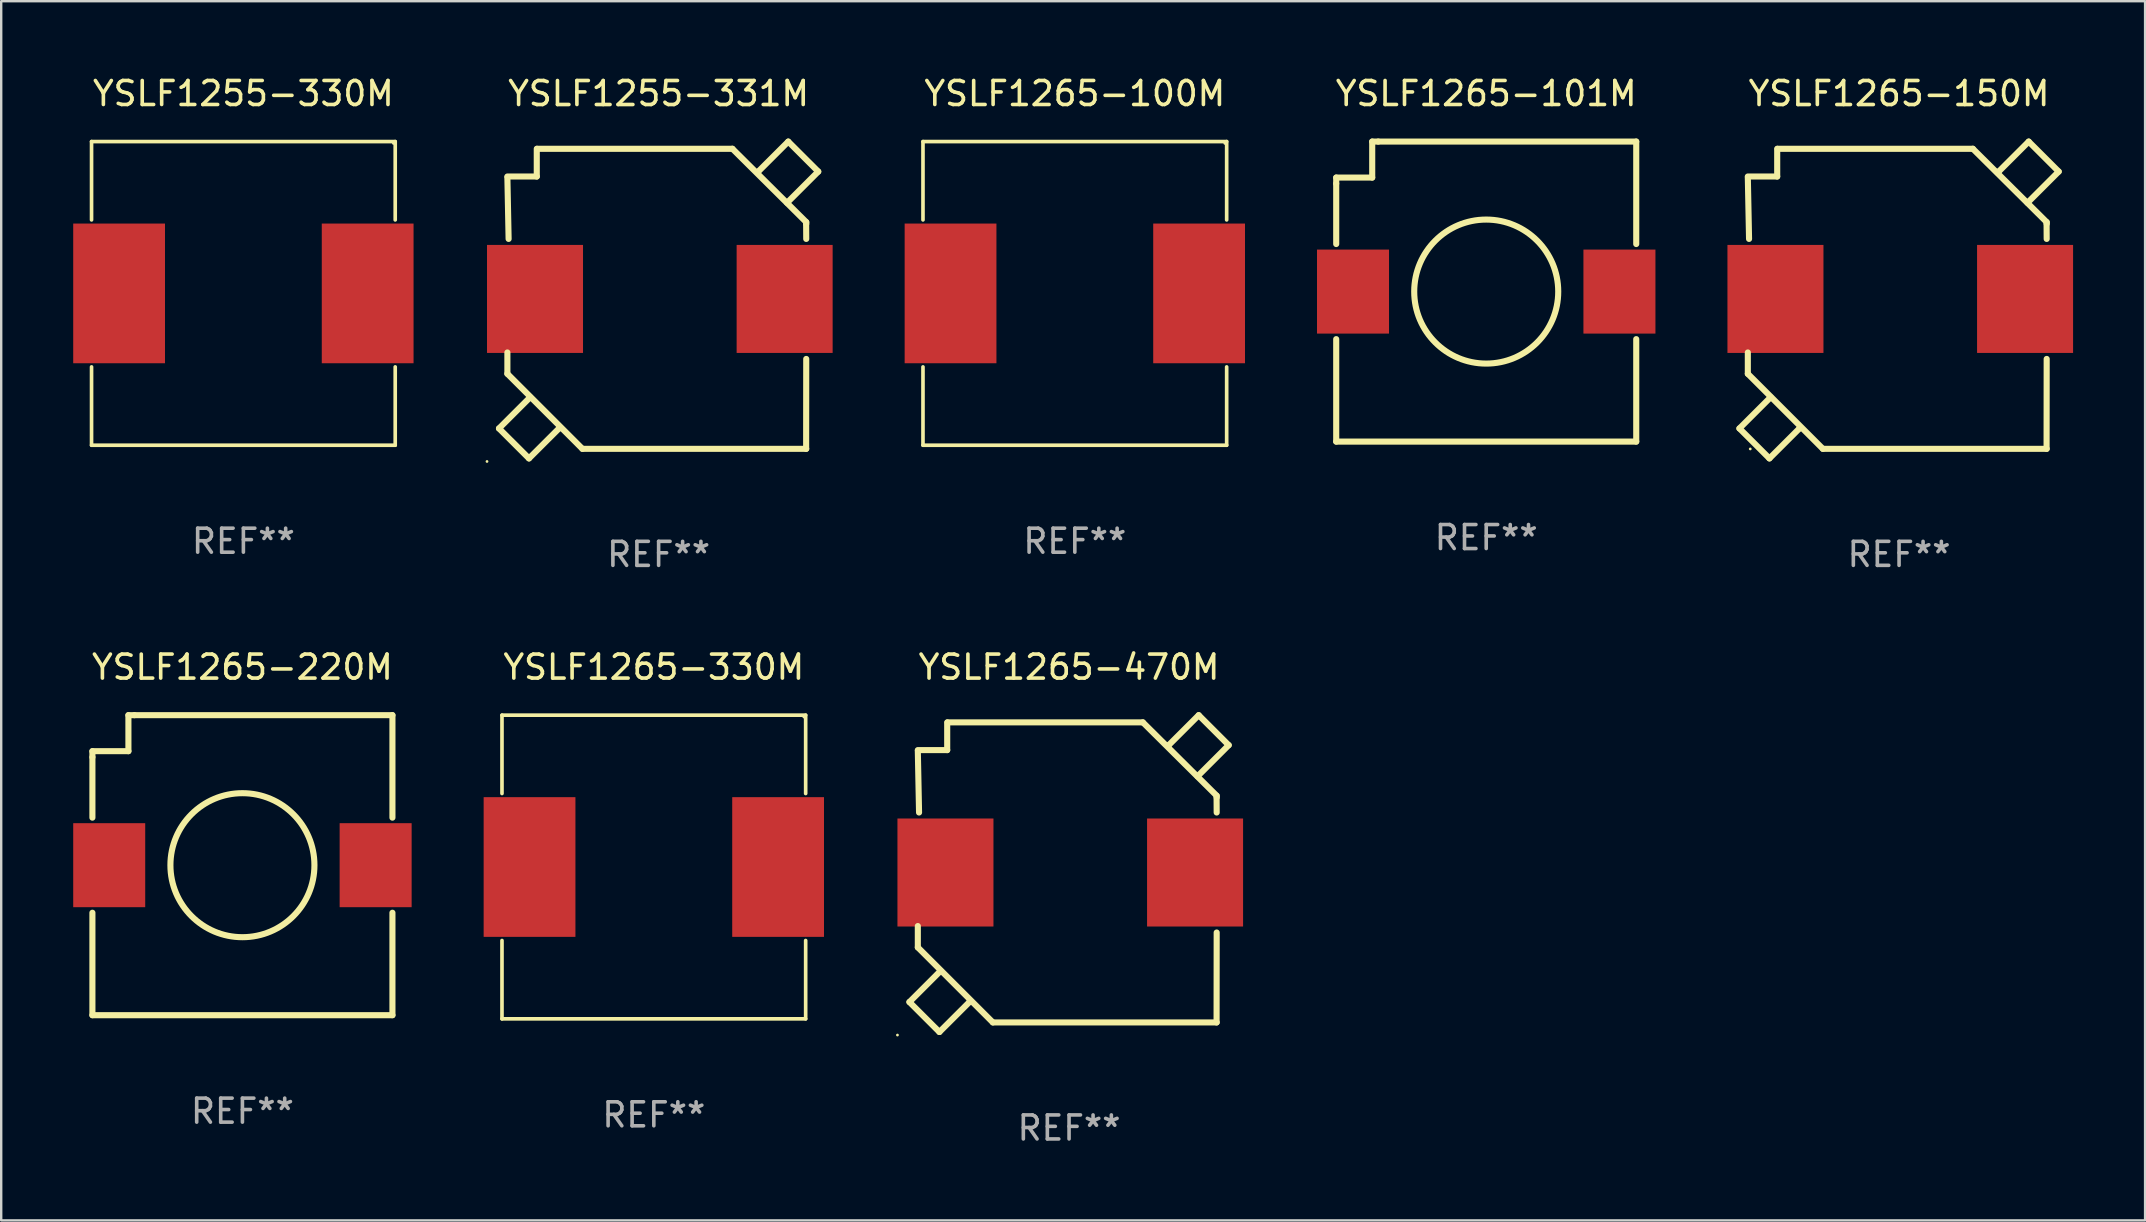
<source format=kicad_pcb>
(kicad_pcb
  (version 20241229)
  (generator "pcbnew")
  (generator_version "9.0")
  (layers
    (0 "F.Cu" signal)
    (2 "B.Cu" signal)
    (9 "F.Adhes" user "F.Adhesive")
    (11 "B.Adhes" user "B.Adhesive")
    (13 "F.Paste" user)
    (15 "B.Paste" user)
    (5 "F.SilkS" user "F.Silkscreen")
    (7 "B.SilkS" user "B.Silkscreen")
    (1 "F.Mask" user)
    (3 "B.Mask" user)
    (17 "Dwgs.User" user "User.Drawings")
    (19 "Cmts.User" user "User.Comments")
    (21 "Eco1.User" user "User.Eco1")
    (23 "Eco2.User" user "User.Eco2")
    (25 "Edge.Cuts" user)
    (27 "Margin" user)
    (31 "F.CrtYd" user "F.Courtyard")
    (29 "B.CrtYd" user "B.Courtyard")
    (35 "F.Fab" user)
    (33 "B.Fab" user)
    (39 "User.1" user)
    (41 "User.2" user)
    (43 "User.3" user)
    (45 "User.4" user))
  (footprint "YSLF1265-150M"
    (layer "F.Cu")
    (at 76.07 9.449)
    (property "Reference" "YSLF1265-150M" (at 0 -8.6 0) (layer "F.SilkS") (effects (font (size 1 1) (thickness 0.15))))
    (attr through_hole)
    (fp_line (start -6.651 5.351) (end -5.401 6.6) (stroke (width 0.254) (type solid)) (layer "F.SilkS"))
    (fp_line (start -6.301 2.186) (end -6.301 3.074) (stroke (width 0.254) (type solid)) (layer "F.SilkS"))
    (fp_line (start -6.301 3.074) (end -3.174 6.201) (stroke (width 0.254) (type solid)) (layer "F.SilkS"))
    (fp_line (start -6.25 -2.545) (end -6.301 -5.108) (stroke (width 0.254) (type solid)) (layer "F.SilkS"))
    (fp_line (start -5.401 6.6) (end -4.151 5.351) (stroke (width 0.254) (type solid)) (layer "F.SilkS"))
    (fp_line (start -5.35 4.05) (end -6.651 5.351) (stroke (width 0.254) (type solid)) (layer "F.SilkS"))
    (fp_line (start -5.077 -6.3) (end -5.077 -5.145) (stroke (width 0.254) (type solid)) (layer "F.SilkS"))
    (fp_line (start -5.077 -5.145) (end -6.301 -5.145) (stroke (width 0.254) (type solid)) (layer "F.SilkS"))
    (fp_line (start -4.151 5.351) (end -4.15 5.35) (stroke (width 0.254) (type solid)) (layer "F.SilkS"))
    (fp_line (start -3.174 6.201) (end 6.15 6.201) (stroke (width 0.254) (type solid)) (layer "F.SilkS"))
    (fp_line (start 3.074 -6.301) (end 6.15 -3.245) (stroke (width 0.254) (type solid)) (layer "F.SilkS"))
    (fp_line (start 3.075 -6.3) (end -5.058 -6.3) (stroke (width 0.254) (type solid)) (layer "F.SilkS"))
    (fp_line (start 4.151 -5.351) (end 4.15 -5.35) (stroke (width 0.254) (type solid)) (layer "F.SilkS"))
    (fp_line (start 5.35 -4.05) (end 6.651 -5.351) (stroke (width 0.254) (type solid)) (layer "F.SilkS"))
    (fp_line (start 5.401 -6.6) (end 4.151 -5.351) (stroke (width 0.254) (type solid)) (layer "F.SilkS"))
    (fp_line (start 6.146 6.201) (end 6.15 2.455) (stroke (width 0.254) (type solid)) (layer "F.SilkS"))
    (fp_line (start 6.15 -3.245) (end 6.15 -3.174) (stroke (width 0.254) (type solid)) (layer "F.SilkS"))
    (fp_line (start 6.15 -2.545) (end 6.146 -3.174) (stroke (width 0.254) (type solid)) (layer "F.SilkS"))
    (fp_line (start 6.651 -5.351) (end 5.401 -6.6) (stroke (width 0.254) (type solid)) (layer "F.SilkS"))
    (fp_circle (center -6.2 6.205) (end -6.17 6.205) (stroke (width 0.06) (type solid)) (fill no) (layer "F.SilkS"))
    (fp_text user "REF**" (at 0 10.6 0) (layer "F.Fab") (effects (font (size 1 1) (thickness 0.15))))
    (pad "1" smd rect (at -5.15 -0.045) (size 4 4.5) (layers "F.Cu" "F.Mask" "F.Paste"))
    (pad "2" smd rect (at 5.25 -0.045) (size 4 4.5) (layers "F.Cu" "F.Mask" "F.Paste")))
  (footprint "YSLF1265-101M"
    (layer "F.Cu")
    (at 58.87 9.098)
    (property "Reference" "YSLF1265-101M" (at 0 -8.25 0) (layer "F.SilkS") (effects (font (size 1 1) (thickness 0.15))))
    (attr through_hole)
    (fp_line (start -6.25 -4.75) (end -4.75 -4.75) (stroke (width 0.254) (type solid)) (layer "F.SilkS"))
    (fp_line (start -6.25 -4.5) (end -6.25 -4.75) (stroke (width 0.254) (type solid)) (layer "F.SilkS"))
    (fp_line (start -6.25 -4.5) (end -6.25 -1.981) (stroke (width 0.254) (type solid)) (layer "F.SilkS"))
    (fp_line (start -6.25 6.25) (end -6.25 1.981) (stroke (width 0.254) (type solid)) (layer "F.SilkS"))
    (fp_line (start -6.25 6.25) (end 6.25 6.25) (stroke (width 0.254) (type solid)) (layer "F.SilkS"))
    (fp_line (start -4.75 -6.25) (end -4.5 -6.25) (stroke (width 0.254) (type solid)) (layer "F.SilkS"))
    (fp_line (start -4.75 -4.75) (end -4.75 -6.25) (stroke (width 0.254) (type solid)) (layer "F.SilkS"))
    (fp_line (start -4.5 -6.25) (end 6.25 -6.25) (stroke (width 0.254) (type solid)) (layer "F.SilkS"))
    (fp_line (start 6.25 -6.25) (end 6.25 -1.981) (stroke (width 0.254) (type solid)) (layer "F.SilkS"))
    (fp_line (start 6.25 1.981) (end 6.25 6.25) (stroke (width 0.254) (type solid)) (layer "F.SilkS"))
    (fp_circle (center -6.25 6.25) (end -6.22 6.25) (stroke (width 0.06) (type solid)) (fill no) (layer "F.SilkS"))
    (fp_circle (center 0 0.000025) (end 3 0.000025) (stroke (width 0.254) (type solid)) (fill no) (layer "F.SilkS"))
    (fp_text user "REF**" (at 0 10.25 0) (layer "F.Fab") (effects (font (size 1 1) (thickness 0.15))))
    (pad "1" smd rect (at -5.55 0.000025) (size 3 3.5) (layers "F.Cu" "F.Mask" "F.Paste"))
    (pad "2" smd rect (at 5.55 0.000025) (size 3 3.5) (layers "F.Cu" "F.Mask" "F.Paste")))
  (footprint "YSLF1265-100M"
    (layer "F.Cu")
    (at 41.73 9.174)
    (property "Reference" "YSLF1265-100M" (at 0 -8.326 0) (layer "F.SilkS") (effects (font (size 1 1) (thickness 0.15))))
    (attr through_hole)
    (fp_line (start -6.326 -6.326) (end 6.326 -6.326) (stroke (width 0.152) (type solid)) (layer "F.SilkS"))
    (fp_line (start -6.326 -3.062) (end -6.326 -6.326) (stroke (width 0.152) (type solid)) (layer "F.SilkS"))
    (fp_line (start -6.326 3.062) (end -6.326 6.326) (stroke (width 0.152) (type solid)) (layer "F.SilkS"))
    (fp_line (start -6.326 6.326) (end 6.326 6.326) (stroke (width 0.152) (type solid)) (layer "F.SilkS"))
    (fp_line (start 6.326 -6.326) (end 6.326 -3.062) (stroke (width 0.152) (type solid)) (layer "F.SilkS"))
    (fp_line (start 6.326 6.326) (end 6.326 3.062) (stroke (width 0.152) (type solid)) (layer "F.SilkS"))
    (fp_circle (center 6.25 -6.25) (end 6.28 -6.25) (stroke (width 0.06) (type solid)) (fill no) (layer "F.SilkS"))
    (fp_text user "REF**" (at 0 10.326 0) (layer "F.Fab") (effects (font (size 1 1) (thickness 0.15))))
    (pad "1" smd rect (at 5.178 0) (size 3.824 5.82) (layers "F.Cu" "F.Mask" "F.Paste"))
    (pad "2" smd rect (at -5.178 0) (size 3.824 5.82) (layers "F.Cu" "F.Mask" "F.Paste")))
  (footprint "YSLF1265-330M"
    (layer "F.Cu")
    (at 24.19 33.072)
    (property "Reference" "YSLF1265-330M" (at 0 -8.326 0) (layer "F.SilkS") (effects (font (size 1 1) (thickness 0.15))))
    (attr through_hole)
    (fp_line (start -6.326 -6.326) (end 6.326 -6.326) (stroke (width 0.152) (type solid)) (layer "F.SilkS"))
    (fp_line (start -6.326 -3.062) (end -6.326 -6.326) (stroke (width 0.152) (type solid)) (layer "F.SilkS"))
    (fp_line (start -6.326 3.062) (end -6.326 6.326) (stroke (width 0.152) (type solid)) (layer "F.SilkS"))
    (fp_line (start -6.326 6.326) (end 6.326 6.326) (stroke (width 0.152) (type solid)) (layer "F.SilkS"))
    (fp_line (start 6.326 -6.326) (end 6.326 -3.062) (stroke (width 0.152) (type solid)) (layer "F.SilkS"))
    (fp_line (start 6.326 6.326) (end 6.326 3.062) (stroke (width 0.152) (type solid)) (layer "F.SilkS"))
    (fp_circle (center 6.25 -6.25) (end 6.28 -6.25) (stroke (width 0.06) (type solid)) (fill no) (layer "F.SilkS"))
    (fp_text user "REF**" (at 0 10.326 0) (layer "F.Fab") (effects (font (size 1 1) (thickness 0.15))))
    (pad "1" smd rect (at 5.178 0) (size 3.824 5.82) (layers "F.Cu" "F.Mask" "F.Paste"))
    (pad "2" smd rect (at -5.178 0) (size 3.824 5.82) (layers "F.Cu" "F.Mask" "F.Paste")))
  (footprint "YSLF1265-220M"
    (layer "F.Cu")
    (at 7.05 32.996)
    (property "Reference" "YSLF1265-220M" (at 0 -8.25 0) (layer "F.SilkS") (effects (font (size 1 1) (thickness 0.15))))
    (attr through_hole)
    (fp_line (start -6.25 -4.75) (end -4.75 -4.75) (stroke (width 0.254) (type solid)) (layer "F.SilkS"))
    (fp_line (start -6.25 -4.5) (end -6.25 -4.75) (stroke (width 0.254) (type solid)) (layer "F.SilkS"))
    (fp_line (start -6.25 -4.5) (end -6.25 -1.981) (stroke (width 0.254) (type solid)) (layer "F.SilkS"))
    (fp_line (start -6.25 6.25) (end -6.25 1.981) (stroke (width 0.254) (type solid)) (layer "F.SilkS"))
    (fp_line (start -6.25 6.25) (end 6.25 6.25) (stroke (width 0.254) (type solid)) (layer "F.SilkS"))
    (fp_line (start -4.75 -6.25) (end -4.5 -6.25) (stroke (width 0.254) (type solid)) (layer "F.SilkS"))
    (fp_line (start -4.75 -4.75) (end -4.75 -6.25) (stroke (width 0.254) (type solid)) (layer "F.SilkS"))
    (fp_line (start -4.5 -6.25) (end 6.25 -6.25) (stroke (width 0.254) (type solid)) (layer "F.SilkS"))
    (fp_line (start 6.25 -6.25) (end 6.25 -1.981) (stroke (width 0.254) (type solid)) (layer "F.SilkS"))
    (fp_line (start 6.25 1.981) (end 6.25 6.25) (stroke (width 0.254) (type solid)) (layer "F.SilkS"))
    (fp_circle (center -6.25 6.25) (end -6.22 6.25) (stroke (width 0.06) (type solid)) (fill no) (layer "F.SilkS"))
    (fp_circle (center 0 0.000025) (end 3 0.000025) (stroke (width 0.254) (type solid)) (fill no) (layer "F.SilkS"))
    (fp_text user "REF**" (at 0 10.25 0) (layer "F.Fab") (effects (font (size 1 1) (thickness 0.15))))
    (pad "1" smd rect (at -5.55 0.000025) (size 3 3.5) (layers "F.Cu" "F.Mask" "F.Paste"))
    (pad "2" smd rect (at 5.55 0.000025) (size 3 3.5) (layers "F.Cu" "F.Mask" "F.Paste")))
  (footprint "YSLF1265-470M"
    (layer "F.Cu")
    (at 41.49 33.346)
    (property "Reference" "YSLF1265-470M" (at 0 -8.6 0) (layer "F.SilkS") (effects (font (size 1 1) (thickness 0.15))))
    (attr through_hole)
    (fp_line (start -6.651 5.351) (end -5.401 6.6) (stroke (width 0.254) (type solid)) (layer "F.SilkS"))
    (fp_line (start -6.301 2.186) (end -6.301 3.074) (stroke (width 0.254) (type solid)) (layer "F.SilkS"))
    (fp_line (start -6.301 3.074) (end -3.174 6.201) (stroke (width 0.254) (type solid)) (layer "F.SilkS"))
    (fp_line (start -6.25 -2.545) (end -6.301 -5.108) (stroke (width 0.254) (type solid)) (layer "F.SilkS"))
    (fp_line (start -5.401 6.6) (end -4.151 5.351) (stroke (width 0.254) (type solid)) (layer "F.SilkS"))
    (fp_line (start -5.35 4.05) (end -6.651 5.351) (stroke (width 0.254) (type solid)) (layer "F.SilkS"))
    (fp_line (start -5.077 -6.3) (end -5.077 -5.145) (stroke (width 0.254) (type solid)) (layer "F.SilkS"))
    (fp_line (start -5.077 -5.145) (end -6.301 -5.145) (stroke (width 0.254) (type solid)) (layer "F.SilkS"))
    (fp_line (start -4.151 5.351) (end -4.15 5.35) (stroke (width 0.254) (type solid)) (layer "F.SilkS"))
    (fp_line (start -3.174 6.201) (end 6.15 6.201) (stroke (width 0.254) (type solid)) (layer "F.SilkS"))
    (fp_line (start 3.074 -6.301) (end 6.15 -3.245) (stroke (width 0.254) (type solid)) (layer "F.SilkS"))
    (fp_line (start 3.075 -6.3) (end -5.058 -6.3) (stroke (width 0.254) (type solid)) (layer "F.SilkS"))
    (fp_line (start 4.151 -5.351) (end 4.15 -5.35) (stroke (width 0.254) (type solid)) (layer "F.SilkS"))
    (fp_line (start 5.35 -4.05) (end 6.651 -5.351) (stroke (width 0.254) (type solid)) (layer "F.SilkS"))
    (fp_line (start 5.401 -6.6) (end 4.151 -5.351) (stroke (width 0.254) (type solid)) (layer "F.SilkS"))
    (fp_line (start 6.146 6.201) (end 6.15 2.455) (stroke (width 0.254) (type solid)) (layer "F.SilkS"))
    (fp_line (start 6.15 -3.245) (end 6.15 -3.174) (stroke (width 0.254) (type solid)) (layer "F.SilkS"))
    (fp_line (start 6.15 -2.545) (end 6.146 -3.174) (stroke (width 0.254) (type solid)) (layer "F.SilkS"))
    (fp_line (start 6.651 -5.351) (end 5.401 -6.6) (stroke (width 0.254) (type solid)) (layer "F.SilkS"))
    (fp_circle (center -7.15 6.727) (end -7.12 6.727) (stroke (width 0.06) (type solid)) (fill no) (layer "F.SilkS"))
    (fp_text user "REF**" (at 0 10.6 0) (layer "F.Fab") (effects (font (size 1 1) (thickness 0.15))))
    (pad "1" smd rect (at -5.15 -0.045) (size 4 4.5) (layers "F.Cu" "F.Mask" "F.Paste"))
    (pad "2" smd rect (at 5.25 -0.045) (size 4 4.5) (layers "F.Cu" "F.Mask" "F.Paste")))
  (footprint "YSLF1255-330M"
    (layer "F.Cu")
    (at 7.09 9.174)
    (property "Reference" "YSLF1255-330M" (at 0 -8.326 0) (layer "F.SilkS") (effects (font (size 1 1) (thickness 0.15))))
    (attr through_hole)
    (fp_line (start -6.326 -6.326) (end 6.326 -6.326) (stroke (width 0.152) (type solid)) (layer "F.SilkS"))
    (fp_line (start -6.326 -3.062) (end -6.326 -6.326) (stroke (width 0.152) (type solid)) (layer "F.SilkS"))
    (fp_line (start -6.326 3.062) (end -6.326 6.326) (stroke (width 0.152) (type solid)) (layer "F.SilkS"))
    (fp_line (start -6.326 6.326) (end 6.326 6.326) (stroke (width 0.152) (type solid)) (layer "F.SilkS"))
    (fp_line (start 6.326 -6.326) (end 6.326 -3.062) (stroke (width 0.152) (type solid)) (layer "F.SilkS"))
    (fp_line (start 6.326 6.326) (end 6.326 3.062) (stroke (width 0.152) (type solid)) (layer "F.SilkS"))
    (fp_circle (center 6.25 -6.25) (end 6.28 -6.25) (stroke (width 0.06) (type solid)) (fill no) (layer "F.SilkS"))
    (fp_text user "REF**" (at 0 10.326 0) (layer "F.Fab") (effects (font (size 1 1) (thickness 0.15))))
    (pad "1" smd rect (at 5.178 0) (size 3.824 5.82) (layers "F.Cu" "F.Mask" "F.Paste"))
    (pad "2" smd rect (at -5.178 0) (size 3.824 5.82) (layers "F.Cu" "F.Mask" "F.Paste")))
  (footprint "YSLF1255-331M"
    (layer "F.Cu")
    (at 24.39 9.449)
    (property "Reference" "YSLF1255-331M" (at 0 -8.6 0) (layer "F.SilkS") (effects (font (size 1 1) (thickness 0.15))))
    (attr through_hole)
    (fp_line (start -6.651 5.351) (end -5.401 6.6) (stroke (width 0.254) (type solid)) (layer "F.SilkS"))
    (fp_line (start -6.301 2.186) (end -6.301 3.074) (stroke (width 0.254) (type solid)) (layer "F.SilkS"))
    (fp_line (start -6.301 3.074) (end -3.174 6.201) (stroke (width 0.254) (type solid)) (layer "F.SilkS"))
    (fp_line (start -6.25 -2.545) (end -6.301 -5.108) (stroke (width 0.254) (type solid)) (layer "F.SilkS"))
    (fp_line (start -5.401 6.6) (end -4.151 5.351) (stroke (width 0.254) (type solid)) (layer "F.SilkS"))
    (fp_line (start -5.35 4.05) (end -6.651 5.351) (stroke (width 0.254) (type solid)) (layer "F.SilkS"))
    (fp_line (start -5.077 -6.3) (end -5.077 -5.145) (stroke (width 0.254) (type solid)) (layer "F.SilkS"))
    (fp_line (start -5.077 -5.145) (end -6.301 -5.145) (stroke (width 0.254) (type solid)) (layer "F.SilkS"))
    (fp_line (start -4.151 5.351) (end -4.15 5.35) (stroke (width 0.254) (type solid)) (layer "F.SilkS"))
    (fp_line (start -3.174 6.201) (end 6.15 6.201) (stroke (width 0.254) (type solid)) (layer "F.SilkS"))
    (fp_line (start 3.074 -6.301) (end 6.15 -3.245) (stroke (width 0.254) (type solid)) (layer "F.SilkS"))
    (fp_line (start 3.075 -6.3) (end -5.058 -6.3) (stroke (width 0.254) (type solid)) (layer "F.SilkS"))
    (fp_line (start 4.151 -5.351) (end 4.15 -5.35) (stroke (width 0.254) (type solid)) (layer "F.SilkS"))
    (fp_line (start 5.35 -4.05) (end 6.651 -5.351) (stroke (width 0.254) (type solid)) (layer "F.SilkS"))
    (fp_line (start 5.401 -6.6) (end 4.151 -5.351) (stroke (width 0.254) (type solid)) (layer "F.SilkS"))
    (fp_line (start 6.146 6.201) (end 6.15 2.455) (stroke (width 0.254) (type solid)) (layer "F.SilkS"))
    (fp_line (start 6.15 -3.245) (end 6.15 -3.174) (stroke (width 0.254) (type solid)) (layer "F.SilkS"))
    (fp_line (start 6.15 -2.545) (end 6.146 -3.174) (stroke (width 0.254) (type solid)) (layer "F.SilkS"))
    (fp_line (start 6.651 -5.351) (end 5.401 -6.6) (stroke (width 0.254) (type solid)) (layer "F.SilkS"))
    (fp_circle (center -7.15 6.727) (end -7.12 6.727) (stroke (width 0.06) (type solid)) (fill no) (layer "F.SilkS"))
    (fp_text user "REF**" (at 0 10.6 0) (layer "F.Fab") (effects (font (size 1 1) (thickness 0.15))))
    (pad "1" smd rect (at -5.15 -0.045) (size 4 4.5) (layers "F.Cu" "F.Mask" "F.Paste"))
    (pad "2" smd rect (at 5.25 -0.045) (size 4 4.5) (layers "F.Cu" "F.Mask" "F.Paste")))
  (gr_rect
    (start -3 -3)
    (end 86.32 47.795)
    (stroke (width 0.1) (type default))
    (fill no)
    (layer "Edge.Cuts")))
</source>
